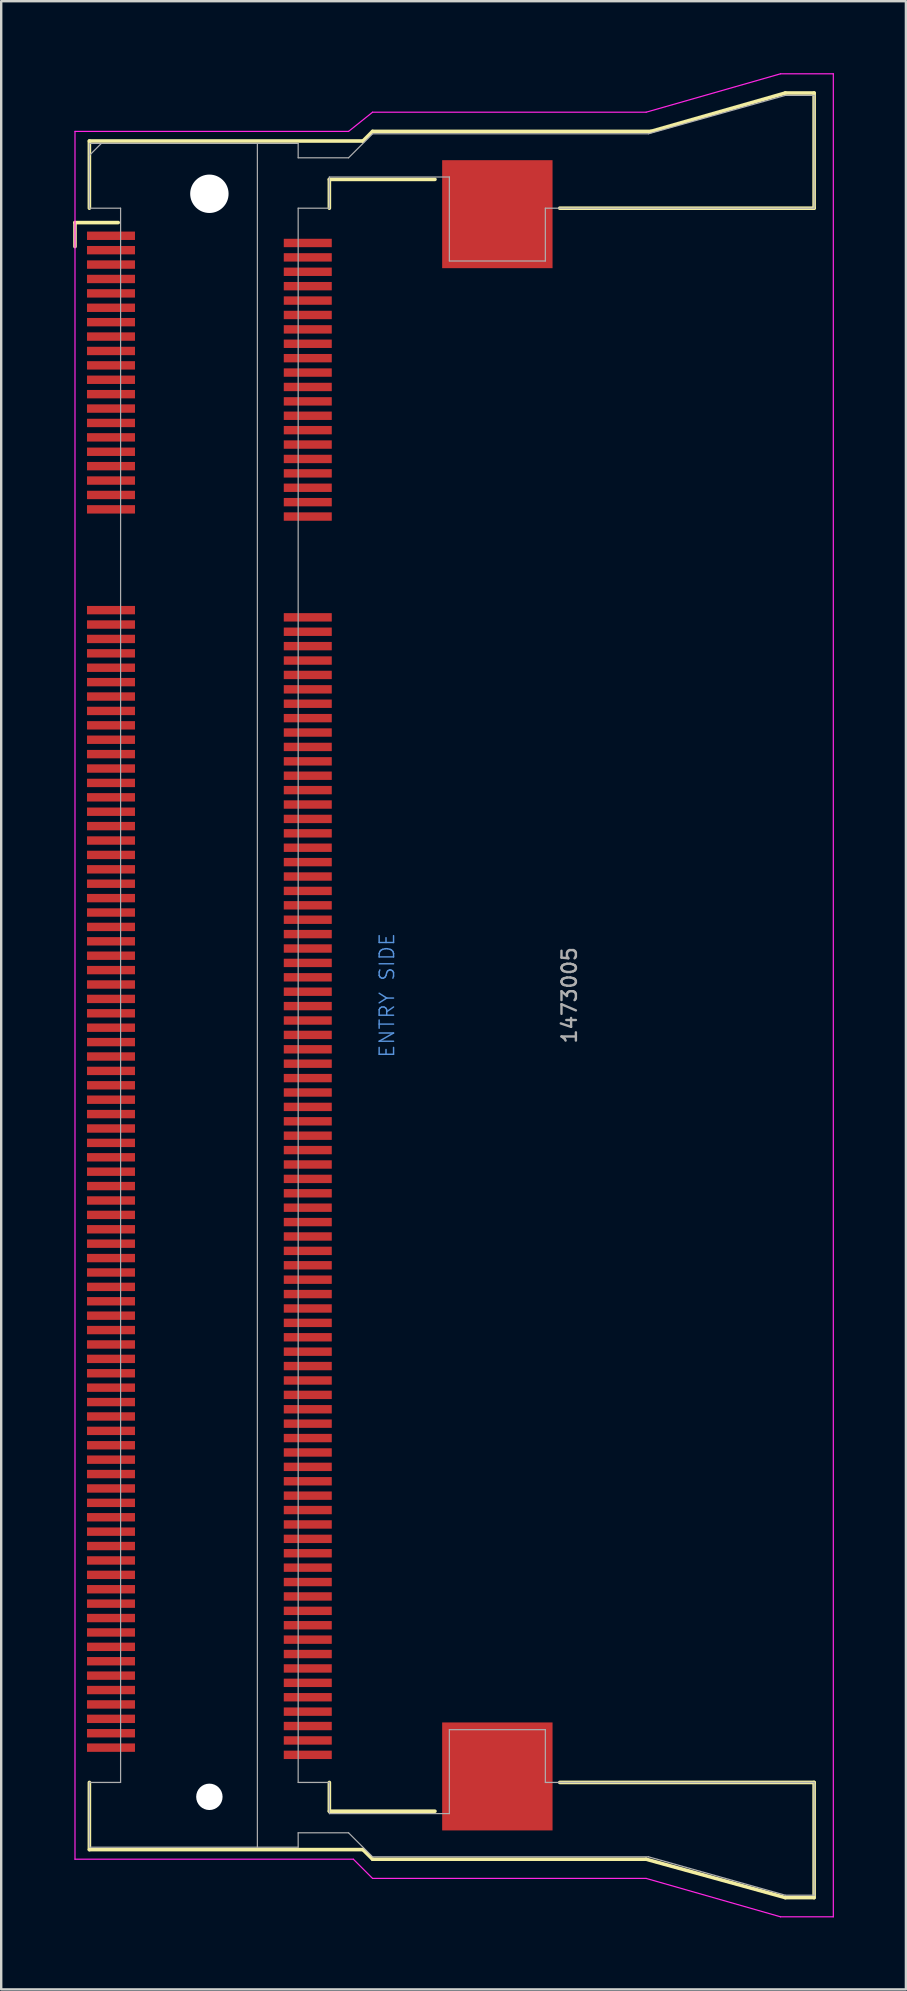
<source format=kicad_pcb>
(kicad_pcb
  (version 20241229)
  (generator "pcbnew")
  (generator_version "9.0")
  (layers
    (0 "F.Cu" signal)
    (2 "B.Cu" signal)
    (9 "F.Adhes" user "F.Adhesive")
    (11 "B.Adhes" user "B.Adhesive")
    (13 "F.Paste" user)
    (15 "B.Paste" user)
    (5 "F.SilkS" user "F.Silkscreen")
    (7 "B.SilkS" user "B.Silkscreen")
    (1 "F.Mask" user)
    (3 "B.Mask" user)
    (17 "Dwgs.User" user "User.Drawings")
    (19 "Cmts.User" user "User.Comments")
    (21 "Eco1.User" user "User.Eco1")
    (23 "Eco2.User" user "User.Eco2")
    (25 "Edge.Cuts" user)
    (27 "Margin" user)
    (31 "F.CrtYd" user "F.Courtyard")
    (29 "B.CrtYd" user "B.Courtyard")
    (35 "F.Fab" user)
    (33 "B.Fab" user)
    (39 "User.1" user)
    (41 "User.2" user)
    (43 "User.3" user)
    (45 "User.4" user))
  (footprint "1473005"
    (layer "F.Cu")
    (at 5.675 38.425)
    (property "Reference" "1473005" (at 15 0 90) (layer "F.Fab") (effects (font (size 0.6 0.6) (thickness 0.1))))
    (attr through_hole)
    (fp_line (start -5.6 -32.2) (end -3.8 -32.2) (stroke (width 0.15) (type solid)) (layer "F.SilkS"))
    (fp_line (start -5.6 -31.2) (end -5.6 -32.2) (stroke (width 0.15) (type solid)) (layer "F.SilkS"))
    (fp_line (start -5 -35.6) (end 6.4 -35.6) (stroke (width 0.15) (type solid)) (layer "F.SilkS"))
    (fp_line (start -5 -32.8) (end -5 -35.6) (stroke (width 0.15) (type solid)) (layer "F.SilkS"))
    (fp_line (start -5 32.8) (end -5 35.6) (stroke (width 0.15) (type solid)) (layer "F.SilkS"))
    (fp_line (start -5 35.6) (end 6.4 35.6) (stroke (width 0.15) (type solid)) (layer "F.SilkS"))
    (fp_line (start 5 -34) (end 9.4 -34) (stroke (width 0.15) (type solid)) (layer "F.SilkS"))
    (fp_line (start 5 -32.8) (end 5 -34) (stroke (width 0.15) (type solid)) (layer "F.SilkS"))
    (fp_line (start 5 34) (end 5 32.8) (stroke (width 0.15) (type solid)) (layer "F.SilkS"))
    (fp_line (start 6.4 -35.6) (end 6.8 -36) (stroke (width 0.15) (type solid)) (layer "F.SilkS"))
    (fp_line (start 6.4 35.6) (end 6.8 36) (stroke (width 0.15) (type solid)) (layer "F.SilkS"))
    (fp_line (start 6.8 -36) (end 18.4 -36) (stroke (width 0.15) (type solid)) (layer "F.SilkS"))
    (fp_line (start 6.8 36) (end 18.2 36) (stroke (width 0.15) (type solid)) (layer "F.SilkS"))
    (fp_line (start 9.4 34) (end 5 34) (stroke (width 0.15) (type solid)) (layer "F.SilkS"))
    (fp_line (start 14.6 -32.8) (end 25.2 -32.8) (stroke (width 0.15) (type solid)) (layer "F.SilkS"))
    (fp_line (start 14.6 32.8) (end 25.2 32.8) (stroke (width 0.15) (type solid)) (layer "F.SilkS"))
    (fp_line (start 18.2 36) (end 24 37.6) (stroke (width 0.15) (type solid)) (layer "F.SilkS"))
    (fp_line (start 18.4 -36) (end 24 -37.6) (stroke (width 0.15) (type solid)) (layer "F.SilkS"))
    (fp_line (start 24 -37.6) (end 25.2 -37.6) (stroke (width 0.15) (type solid)) (layer "F.SilkS"))
    (fp_line (start 24 37.6) (end 25.2 37.6) (stroke (width 0.15) (type solid)) (layer "F.SilkS"))
    (fp_line (start 25.2 -37.6) (end 25.2 -32.8) (stroke (width 0.15) (type solid)) (layer "F.SilkS"))
    (fp_line (start 25.2 37.6) (end 25.2 32.8) (stroke (width 0.15) (type solid)) (layer "F.SilkS"))
    (fp_line (start -5.6 -36) (end -5.6 36) (stroke (width 0.05) (type solid)) (layer "F.CrtYd"))
    (fp_line (start -5.6 -36) (end 5.8 -36) (stroke (width 0.05) (type solid)) (layer "F.CrtYd"))
    (fp_line (start -5.6 36) (end 6 36) (stroke (width 0.05) (type solid)) (layer "F.CrtYd"))
    (fp_line (start 6 36) (end 6.8 36.8) (stroke (width 0.05) (type solid)) (layer "F.CrtYd"))
    (fp_line (start 6.8 -36.8) (end 5.8 -36) (stroke (width 0.05) (type solid)) (layer "F.CrtYd"))
    (fp_line (start 6.8 36.8) (end 18.2 36.8) (stroke (width 0.05) (type solid)) (layer "F.CrtYd"))
    (fp_line (start 18.2 -36.8) (end 6.8 -36.8) (stroke (width 0.05) (type solid)) (layer "F.CrtYd"))
    (fp_line (start 18.2 36.8) (end 23.8 38.4) (stroke (width 0.05) (type solid)) (layer "F.CrtYd"))
    (fp_line (start 23.8 -38.4) (end 18.2 -36.8) (stroke (width 0.05) (type solid)) (layer "F.CrtYd"))
    (fp_line (start 23.8 38.4) (end 26 38.4) (stroke (width 0.05) (type solid)) (layer "F.CrtYd"))
    (fp_line (start 26 -38.4) (end 23.8 -38.4) (stroke (width 0.05) (type solid)) (layer "F.CrtYd"))
    (fp_line (start 26 38.4) (end 26 -38.4) (stroke (width 0.05) (type solid)) (layer "F.CrtYd"))
    (fp_line (start -5 -35.5) (end -5 -32.8) (stroke (width 0.05) (type solid)) (layer "F.Fab"))
    (fp_line (start -5 -35.5) (end 2 -35.5) (stroke (width 0.05) (type solid)) (layer "F.Fab"))
    (fp_line (start -5 -35) (end -4.5 -35.5) (stroke (width 0.05) (type solid)) (layer "F.Fab"))
    (fp_line (start -5 -32.8) (end -3.7 -32.8) (stroke (width 0.05) (type solid)) (layer "F.Fab"))
    (fp_line (start -5 32.8) (end -3.7 32.8) (stroke (width 0.05) (type solid)) (layer "F.Fab"))
    (fp_line (start -5 35.5) (end -5 32.8) (stroke (width 0.05) (type solid)) (layer "F.Fab"))
    (fp_line (start -3.7 32.8) (end -3.7 -32.8) (stroke (width 0.05) (type solid)) (layer "F.Fab"))
    (fp_line (start 2 -35.5) (end 2 35.5) (stroke (width 0.05) (type solid)) (layer "F.Fab"))
    (fp_line (start 2 35.5) (end -5 35.5) (stroke (width 0.05) (type solid)) (layer "F.Fab"))
    (fp_line (start 3.7 -35.5) (end 2 -35.5) (stroke (width 0.05) (type solid)) (layer "F.Fab"))
    (fp_line (start 3.7 -35.5) (end 3.7 -34.9) (stroke (width 0.05) (type solid)) (layer "F.Fab"))
    (fp_line (start 3.7 -32.8) (end 3.7 32.8) (stroke (width 0.05) (type solid)) (layer "F.Fab"))
    (fp_line (start 3.7 -32.8) (end 5 -32.8) (stroke (width 0.05) (type solid)) (layer "F.Fab"))
    (fp_line (start 3.7 34.9) (end 3.7 35.5) (stroke (width 0.05) (type solid)) (layer "F.Fab"))
    (fp_line (start 3.7 34.9) (end 5.8 34.9) (stroke (width 0.05) (type solid)) (layer "F.Fab"))
    (fp_line (start 3.7 35.5) (end 2 35.5) (stroke (width 0.05) (type solid)) (layer "F.Fab"))
    (fp_line (start 5 -34.1) (end 10 -34.1) (stroke (width 0.05) (type solid)) (layer "F.Fab"))
    (fp_line (start 5 -32.8) (end 5 -34.1) (stroke (width 0.05) (type solid)) (layer "F.Fab"))
    (fp_line (start 5 32.8) (end 3.7 32.8) (stroke (width 0.05) (type solid)) (layer "F.Fab"))
    (fp_line (start 5 34.1) (end 5 32.8) (stroke (width 0.05) (type solid)) (layer "F.Fab"))
    (fp_line (start 5 34.1) (end 10 34.1) (stroke (width 0.05) (type solid)) (layer "F.Fab"))
    (fp_line (start 5.8 -34.9) (end 3.7 -34.9) (stroke (width 0.05) (type solid)) (layer "F.Fab"))
    (fp_line (start 5.8 -34.9) (end 6.8 -35.9) (stroke (width 0.05) (type solid)) (layer "F.Fab"))
    (fp_line (start 5.8 34.9) (end 6.8 35.9) (stroke (width 0.05) (type solid)) (layer "F.Fab"))
    (fp_line (start 6.8 -35.9) (end 18.3 -35.9) (stroke (width 0.05) (type solid)) (layer "F.Fab"))
    (fp_line (start 10 -34.1) (end 10 -30.6) (stroke (width 0.05) (type solid)) (layer "F.Fab"))
    (fp_line (start 10 -30.6) (end 14 -30.6) (stroke (width 0.05) (type solid)) (layer "F.Fab"))
    (fp_line (start 10 30.6) (end 14 30.6) (stroke (width 0.05) (type solid)) (layer "F.Fab"))
    (fp_line (start 10 34.1) (end 10 30.6) (stroke (width 0.05) (type solid)) (layer "F.Fab"))
    (fp_line (start 14 -32.8) (end 25.2 -32.8) (stroke (width 0.05) (type solid)) (layer "F.Fab"))
    (fp_line (start 14 -30.6) (end 14 -32.8) (stroke (width 0.05) (type solid)) (layer "F.Fab"))
    (fp_line (start 14 30.6) (end 14 32.8) (stroke (width 0.05) (type solid)) (layer "F.Fab"))
    (fp_line (start 14 32.8) (end 25.2 32.8) (stroke (width 0.05) (type solid)) (layer "F.Fab"))
    (fp_line (start 18.3 35.9) (end 6.8 35.9) (stroke (width 0.05) (type solid)) (layer "F.Fab"))
    (fp_line (start 18.3 35.9) (end 24 37.5) (stroke (width 0.05) (type solid)) (layer "F.Fab"))
    (fp_line (start 24 -37.5) (end 18.3 -35.9) (stroke (width 0.05) (type solid)) (layer "F.Fab"))
    (fp_line (start 25.2 -37.5) (end 24 -37.5) (stroke (width 0.05) (type solid)) (layer "F.Fab"))
    (fp_line (start 25.2 -32.8) (end 25.2 -37.5) (stroke (width 0.05) (type solid)) (layer "F.Fab"))
    (fp_line (start 25.2 37.5) (end 24 37.5) (stroke (width 0.05) (type solid)) (layer "F.Fab"))
    (fp_line (start 25.2 37.5) (end 25.2 32.8) (stroke (width 0.05) (type solid)) (layer "F.Fab"))
    (fp_text user "ENTRY SIDE" (at 7.4 0 90) (layer "Cmts.User") (effects (font (size 0.6 0.6) (thickness 0.06))))
    (fp_text user "${REFERENCE}" (at -4 -35 0) (layer "Eco1.User") (effects (font (size 0.3 0.3) (thickness 0.03))))
    (pad "" np_thru_hole circle (at 0 -33.4) (size 1.6 1.6) (drill 1.6) (layers "*.Cu"))
    (pad "" np_thru_hole circle (at 0 33.4) (size 1.1 1.1) (drill 1.1) (layers "*.Cu"))
    (pad "" smd rect (at 12 -32.55) (size 4.6 4.5) (layers "F.Cu" "F.Mask" "F.Paste"))
    (pad "" smd rect (at 12 32.55) (size 4.6 4.5) (layers "F.Cu" "F.Mask" "F.Paste"))
    (pad "1" smd rect (at -4.1 -31.65) (size 2 0.35) (layers "F.Cu" "F.Paste"))
    (pad "2" smd rect (at 4.1 -31.35) (size 2 0.35) (layers "F.Cu" "F.Paste"))
    (pad "3" smd rect (at -4.1 -31.05) (size 2 0.35) (layers "F.Cu" "F.Paste"))
    (pad "4" smd rect (at 4.1 -30.75) (size 2 0.35) (layers "F.Cu" "F.Paste"))
    (pad "5" smd rect (at -4.1 -30.45) (size 2 0.35) (layers "F.Cu" "F.Paste"))
    (pad "6" smd rect (at 4.1 -30.15) (size 2 0.35) (layers "F.Cu" "F.Paste"))
    (pad "7" smd rect (at -4.1 -29.85) (size 2 0.35) (layers "F.Cu" "F.Paste"))
    (pad "8" smd rect (at 4.1 -29.55) (size 2 0.35) (layers "F.Cu" "F.Paste"))
    (pad "9" smd rect (at -4.1 -29.25) (size 2 0.35) (layers "F.Cu" "F.Paste"))
    (pad "10" smd rect (at 4.1 -28.95) (size 2 0.35) (layers "F.Cu" "F.Paste"))
    (pad "11" smd rect (at -4.1 -28.65) (size 2 0.35) (layers "F.Cu" "F.Paste"))
    (pad "12" smd rect (at 4.1 -28.35) (size 2 0.35) (layers "F.Cu" "F.Paste"))
    (pad "13" smd rect (at -4.1 -28.05) (size 2 0.35) (layers "F.Cu" "F.Paste"))
    (pad "14" smd rect (at 4.1 -27.75) (size 2 0.35) (layers "F.Cu" "F.Paste"))
    (pad "15" smd rect (at -4.1 -27.45) (size 2 0.35) (layers "F.Cu" "F.Paste"))
    (pad "16" smd rect (at 4.1 -27.15) (size 2 0.35) (layers "F.Cu" "F.Paste"))
    (pad "17" smd rect (at -4.1 -26.85) (size 2 0.35) (layers "F.Cu" "F.Paste"))
    (pad "18" smd rect (at 4.1 -26.55) (size 2 0.35) (layers "F.Cu" "F.Paste"))
    (pad "19" smd rect (at -4.1 -26.25) (size 2 0.35) (layers "F.Cu" "F.Paste"))
    (pad "20" smd rect (at 4.1 -25.95) (size 2 0.35) (layers "F.Cu" "F.Paste"))
    (pad "21" smd rect (at -4.1 -25.65) (size 2 0.35) (layers "F.Cu" "F.Paste"))
    (pad "22" smd rect (at 4.1 -25.35) (size 2 0.35) (layers "F.Cu" "F.Paste"))
    (pad "23" smd rect (at -4.1 -25.05) (size 2 0.35) (layers "F.Cu" "F.Paste"))
    (pad "24" smd rect (at 4.1 -24.75) (size 2 0.35) (layers "F.Cu" "F.Paste"))
    (pad "25" smd rect (at -4.1 -24.45) (size 2 0.35) (layers "F.Cu" "F.Paste"))
    (pad "26" smd rect (at 4.1 -24.15) (size 2 0.35) (layers "F.Cu" "F.Paste"))
    (pad "27" smd rect (at -4.1 -23.85) (size 2 0.35) (layers "F.Cu" "F.Paste"))
    (pad "28" smd rect (at 4.1 -23.55) (size 2 0.35) (layers "F.Cu" "F.Paste"))
    (pad "29" smd rect (at -4.1 -23.25) (size 2 0.35) (layers "F.Cu" "F.Paste"))
    (pad "30" smd rect (at 4.1 -22.95) (size 2 0.35) (layers "F.Cu" "F.Paste"))
    (pad "31" smd rect (at -4.1 -22.65) (size 2 0.35) (layers "F.Cu" "F.Paste"))
    (pad "32" smd rect (at 4.1 -22.35) (size 2 0.35) (layers "F.Cu" "F.Paste"))
    (pad "33" smd rect (at -4.1 -22.05) (size 2 0.35) (layers "F.Cu" "F.Paste"))
    (pad "34" smd rect (at 4.1 -21.75) (size 2 0.35) (layers "F.Cu" "F.Paste"))
    (pad "35" smd rect (at -4.1 -21.45) (size 2 0.35) (layers "F.Cu" "F.Paste"))
    (pad "36" smd rect (at 4.1 -21.15) (size 2 0.35) (layers "F.Cu" "F.Paste"))
    (pad "37" smd rect (at -4.1 -20.85) (size 2 0.35) (layers "F.Cu" "F.Paste"))
    (pad "38" smd rect (at 4.1 -20.55) (size 2 0.35) (layers "F.Cu" "F.Paste"))
    (pad "39" smd rect (at -4.1 -20.25) (size 2 0.35) (layers "F.Cu" "F.Paste"))
    (pad "40" smd rect (at 4.1 -19.95) (size 2 0.35) (layers "F.Cu" "F.Paste"))
    (pad "41" smd rect (at -4.1 -16.05) (size 2 0.35) (layers "F.Cu" "F.Paste"))
    (pad "42" smd rect (at 4.1 -15.75) (size 2 0.35) (layers "F.Cu" "F.Paste"))
    (pad "43" smd rect (at -4.1 -15.45) (size 2 0.35) (layers "F.Cu" "F.Paste"))
    (pad "44" smd rect (at 4.1 -15.15) (size 2 0.35) (layers "F.Cu" "F.Paste"))
    (pad "45" smd rect (at -4.1 -14.85) (size 2 0.35) (layers "F.Cu" "F.Paste"))
    (pad "46" smd rect (at 4.1 -14.55) (size 2 0.35) (layers "F.Cu" "F.Paste"))
    (pad "47" smd rect (at -4.1 -14.25) (size 2 0.35) (layers "F.Cu" "F.Paste"))
    (pad "48" smd rect (at 4.1 -13.95) (size 2 0.35) (layers "F.Cu" "F.Paste"))
    (pad "49" smd rect (at -4.1 -13.65) (size 2 0.35) (layers "F.Cu" "F.Paste"))
    (pad "50" smd rect (at 4.1 -13.35) (size 2 0.35) (layers "F.Cu" "F.Paste"))
    (pad "51" smd rect (at -4.1 -13.05) (size 2 0.35) (layers "F.Cu" "F.Paste"))
    (pad "52" smd rect (at 4.1 -12.75) (size 2 0.35) (layers "F.Cu" "F.Paste"))
    (pad "53" smd rect (at -4.1 -12.45) (size 2 0.35) (layers "F.Cu" "F.Paste"))
    (pad "54" smd rect (at 4.1 -12.15) (size 2 0.35) (layers "F.Cu" "F.Paste"))
    (pad "55" smd rect (at -4.1 -11.85) (size 2 0.35) (layers "F.Cu" "F.Paste"))
    (pad "56" smd rect (at 4.1 -11.55) (size 2 0.35) (layers "F.Cu" "F.Paste"))
    (pad "57" smd rect (at -4.1 -11.25) (size 2 0.35) (layers "F.Cu" "F.Paste"))
    (pad "58" smd rect (at 4.1 -10.95) (size 2 0.35) (layers "F.Cu" "F.Paste"))
    (pad "59" smd rect (at -4.1 -10.65) (size 2 0.35) (layers "F.Cu" "F.Paste"))
    (pad "60" smd rect (at 4.1 -10.35) (size 2 0.35) (layers "F.Cu" "F.Paste"))
    (pad "61" smd rect (at -4.1 -10.05) (size 2 0.35) (layers "F.Cu" "F.Paste"))
    (pad "62" smd rect (at 4.1 -9.75) (size 2 0.35) (layers "F.Cu" "F.Paste"))
    (pad "63" smd rect (at -4.1 -9.45) (size 2 0.35) (layers "F.Cu" "F.Paste"))
    (pad "64" smd rect (at 4.1 -9.15) (size 2 0.35) (layers "F.Cu" "F.Paste"))
    (pad "65" smd rect (at -4.1 -8.85) (size 2 0.35) (layers "F.Cu" "F.Paste"))
    (pad "66" smd rect (at 4.1 -8.55) (size 2 0.35) (layers "F.Cu" "F.Paste"))
    (pad "67" smd rect (at -4.1 -8.25) (size 2 0.35) (layers "F.Cu" "F.Paste"))
    (pad "68" smd rect (at 4.1 -7.95) (size 2 0.35) (layers "F.Cu" "F.Paste"))
    (pad "69" smd rect (at -4.1 -7.65) (size 2 0.35) (layers "F.Cu" "F.Paste"))
    (pad "70" smd rect (at 4.1 -7.35) (size 2 0.35) (layers "F.Cu" "F.Paste"))
    (pad "71" smd rect (at -4.1 -7.05) (size 2 0.35) (layers "F.Cu" "F.Paste"))
    (pad "72" smd rect (at 4.1 -6.75) (size 2 0.35) (layers "F.Cu" "F.Paste"))
    (pad "73" smd rect (at -4.1 -6.45) (size 2 0.35) (layers "F.Cu" "F.Paste"))
    (pad "74" smd rect (at 4.1 -6.15) (size 2 0.35) (layers "F.Cu" "F.Paste"))
    (pad "75" smd rect (at -4.1 -5.85) (size 2 0.35) (layers "F.Cu" "F.Paste"))
    (pad "76" smd rect (at 4.1 -5.55) (size 2 0.35) (layers "F.Cu" "F.Paste"))
    (pad "77" smd rect (at -4.1 -5.25) (size 2 0.35) (layers "F.Cu" "F.Paste"))
    (pad "78" smd rect (at 4.1 -4.95) (size 2 0.35) (layers "F.Cu" "F.Paste"))
    (pad "79" smd rect (at -4.1 -4.65) (size 2 0.35) (layers "F.Cu" "F.Paste"))
    (pad "80" smd rect (at 4.1 -4.35) (size 2 0.35) (layers "F.Cu" "F.Paste"))
    (pad "81" smd rect (at -4.1 -4.05) (size 2 0.35) (layers "F.Cu" "F.Paste"))
    (pad "82" smd rect (at 4.1 -3.75) (size 2 0.35) (layers "F.Cu" "F.Paste"))
    (pad "83" smd rect (at -4.1 -3.45) (size 2 0.35) (layers "F.Cu" "F.Paste"))
    (pad "84" smd rect (at 4.1 -3.15) (size 2 0.35) (layers "F.Cu" "F.Paste"))
    (pad "85" smd rect (at -4.1 -2.85) (size 2 0.35) (layers "F.Cu" "F.Paste"))
    (pad "86" smd rect (at 4.1 -2.55) (size 2 0.35) (layers "F.Cu" "F.Paste"))
    (pad "87" smd rect (at -4.1 -2.25) (size 2 0.35) (layers "F.Cu" "F.Paste"))
    (pad "88" smd rect (at 4.1 -1.95) (size 2 0.35) (layers "F.Cu" "F.Paste"))
    (pad "89" smd rect (at -4.1 -1.65) (size 2 0.35) (layers "F.Cu" "F.Paste"))
    (pad "90" smd rect (at 4.1 -1.35) (size 2 0.35) (layers "F.Cu" "F.Paste"))
    (pad "91" smd rect (at -4.1 -1.05) (size 2 0.35) (layers "F.Cu" "F.Paste"))
    (pad "92" smd rect (at 4.1 -0.75) (size 2 0.35) (layers "F.Cu" "F.Paste"))
    (pad "93" smd rect (at -4.1 -0.45) (size 2 0.35) (layers "F.Cu" "F.Paste"))
    (pad "94" smd rect (at 4.1 -0.15) (size 2 0.35) (layers "F.Cu" "F.Paste"))
    (pad "95" smd rect (at -4.1 0.15) (size 2 0.35) (layers "F.Cu" "F.Paste"))
    (pad "96" smd rect (at 4.1 0.45) (size 2 0.35) (layers "F.Cu" "F.Paste"))
    (pad "97" smd rect (at -4.1 0.75) (size 2 0.35) (layers "F.Cu" "F.Paste"))
    (pad "98" smd rect (at 4.1 1.05) (size 2 0.35) (layers "F.Cu" "F.Paste"))
    (pad "99" smd rect (at -4.1 1.35) (size 2 0.35) (layers "F.Cu" "F.Paste"))
    (pad "100" smd rect (at 4.1 1.65) (size 2 0.35) (layers "F.Cu" "F.Paste"))
    (pad "101" smd rect (at -4.1 1.95) (size 2 0.35) (layers "F.Cu" "F.Paste"))
    (pad "102" smd rect (at 4.1 2.25) (size 2 0.35) (layers "F.Cu" "F.Paste"))
    (pad "103" smd rect (at -4.1 2.55) (size 2 0.35) (layers "F.Cu" "F.Paste"))
    (pad "104" smd rect (at 4.1 2.85) (size 2 0.35) (layers "F.Cu" "F.Paste"))
    (pad "105" smd rect (at -4.1 3.15) (size 2 0.35) (layers "F.Cu" "F.Paste"))
    (pad "106" smd rect (at 4.1 3.45) (size 2 0.35) (layers "F.Cu" "F.Paste"))
    (pad "107" smd rect (at -4.1 3.75) (size 2 0.35) (layers "F.Cu" "F.Paste"))
    (pad "108" smd rect (at 4.1 4.05) (size 2 0.35) (layers "F.Cu" "F.Paste"))
    (pad "109" smd rect (at -4.1 4.35) (size 2 0.35) (layers "F.Cu" "F.Paste"))
    (pad "110" smd rect (at 4.1 4.65) (size 2 0.35) (layers "F.Cu" "F.Paste"))
    (pad "111" smd rect (at -4.1 4.95) (size 2 0.35) (layers "F.Cu" "F.Paste"))
    (pad "112" smd rect (at 4.1 5.25) (size 2 0.35) (layers "F.Cu" "F.Paste"))
    (pad "113" smd rect (at -4.1 5.55) (size 2 0.35) (layers "F.Cu" "F.Paste"))
    (pad "114" smd rect (at 4.1 5.85) (size 2 0.35) (layers "F.Cu" "F.Paste"))
    (pad "115" smd rect (at -4.1 6.15) (size 2 0.35) (layers "F.Cu" "F.Paste"))
    (pad "116" smd rect (at 4.1 6.45) (size 2 0.35) (layers "F.Cu" "F.Paste"))
    (pad "117" smd rect (at -4.1 6.75) (size 2 0.35) (layers "F.Cu" "F.Paste"))
    (pad "118" smd rect (at 4.1 7.05) (size 2 0.35) (layers "F.Cu" "F.Paste"))
    (pad "119" smd rect (at -4.1 7.35) (size 2 0.35) (layers "F.Cu" "F.Paste"))
    (pad "120" smd rect (at 4.1 7.65) (size 2 0.35) (layers "F.Cu" "F.Paste"))
    (pad "121" smd rect (at -4.1 7.95) (size 2 0.35) (layers "F.Cu" "F.Paste"))
    (pad "122" smd rect (at 4.1 8.25) (size 2 0.35) (layers "F.Cu" "F.Paste"))
    (pad "123" smd rect (at -4.1 8.55) (size 2 0.35) (layers "F.Cu" "F.Paste"))
    (pad "124" smd rect (at 4.1 8.85) (size 2 0.35) (layers "F.Cu" "F.Paste"))
    (pad "125" smd rect (at -4.1 9.15) (size 2 0.35) (layers "F.Cu" "F.Paste"))
    (pad "126" smd rect (at 4.1 9.45) (size 2 0.35) (layers "F.Cu" "F.Paste"))
    (pad "127" smd rect (at -4.1 9.75) (size 2 0.35) (layers "F.Cu" "F.Paste"))
    (pad "128" smd rect (at 4.1 10.05) (size 2 0.35) (layers "F.Cu" "F.Paste"))
    (pad "129" smd rect (at -4.1 10.35) (size 2 0.35) (layers "F.Cu" "F.Paste"))
    (pad "130" smd rect (at 4.1 10.65) (size 2 0.35) (layers "F.Cu" "F.Paste"))
    (pad "131" smd rect (at -4.1 10.95) (size 2 0.35) (layers "F.Cu" "F.Paste"))
    (pad "132" smd rect (at 4.1 11.25) (size 2 0.35) (layers "F.Cu" "F.Paste"))
    (pad "133" smd rect (at -4.1 11.55) (size 2 0.35) (layers "F.Cu" "F.Paste"))
    (pad "134" smd rect (at 4.1 11.85) (size 2 0.35) (layers "F.Cu" "F.Paste"))
    (pad "135" smd rect (at -4.1 12.15) (size 2 0.35) (layers "F.Cu" "F.Paste"))
    (pad "136" smd rect (at 4.1 12.45) (size 2 0.35) (layers "F.Cu" "F.Paste"))
    (pad "137" smd rect (at -4.1 12.75) (size 2 0.35) (layers "F.Cu" "F.Paste"))
    (pad "138" smd rect (at 4.1 13.05) (size 2 0.35) (layers "F.Cu" "F.Paste"))
    (pad "139" smd rect (at -4.1 13.35) (size 2 0.35) (layers "F.Cu" "F.Paste"))
    (pad "140" smd rect (at 4.1 13.65) (size 2 0.35) (layers "F.Cu" "F.Paste"))
    (pad "141" smd rect (at -4.1 13.95) (size 2 0.35) (layers "F.Cu" "F.Paste"))
    (pad "142" smd rect (at 4.1 14.25) (size 2 0.35) (layers "F.Cu" "F.Paste"))
    (pad "143" smd rect (at -4.1 14.55) (size 2 0.35) (layers "F.Cu" "F.Paste"))
    (pad "144" smd rect (at 4.1 14.85) (size 2 0.35) (layers "F.Cu" "F.Paste"))
    (pad "145" smd rect (at -4.1 15.15) (size 2 0.35) (layers "F.Cu" "F.Paste"))
    (pad "146" smd rect (at 4.1 15.45) (size 2 0.35) (layers "F.Cu" "F.Paste"))
    (pad "147" smd rect (at -4.1 15.75) (size 2 0.35) (layers "F.Cu" "F.Paste"))
    (pad "148" smd rect (at 4.1 16.05) (size 2 0.35) (layers "F.Cu" "F.Paste"))
    (pad "149" smd rect (at -4.1 16.35) (size 2 0.35) (layers "F.Cu" "F.Paste"))
    (pad "150" smd rect (at 4.1 16.65) (size 2 0.35) (layers "F.Cu" "F.Paste"))
    (pad "151" smd rect (at -4.1 16.95) (size 2 0.35) (layers "F.Cu" "F.Paste"))
    (pad "152" smd rect (at 4.1 17.25) (size 2 0.35) (layers "F.Cu" "F.Paste"))
    (pad "153" smd rect (at -4.1 17.55) (size 2 0.35) (layers "F.Cu" "F.Paste"))
    (pad "154" smd rect (at 4.1 17.85) (size 2 0.35) (layers "F.Cu" "F.Paste"))
    (pad "155" smd rect (at -4.1 18.15) (size 2 0.35) (layers "F.Cu" "F.Paste"))
    (pad "156" smd rect (at 4.1 18.45) (size 2 0.35) (layers "F.Cu" "F.Paste"))
    (pad "157" smd rect (at -4.1 18.75) (size 2 0.35) (layers "F.Cu" "F.Paste"))
    (pad "158" smd rect (at 4.1 19.05) (size 2 0.35) (layers "F.Cu" "F.Paste"))
    (pad "159" smd rect (at -4.1 19.35) (size 2 0.35) (layers "F.Cu" "F.Paste"))
    (pad "160" smd rect (at 4.1 19.65) (size 2 0.35) (layers "F.Cu" "F.Paste"))
    (pad "161" smd rect (at -4.1 19.95) (size 2 0.35) (layers "F.Cu" "F.Paste"))
    (pad "162" smd rect (at 4.1 20.25) (size 2 0.35) (layers "F.Cu" "F.Paste"))
    (pad "163" smd rect (at -4.1 20.55) (size 2 0.35) (layers "F.Cu" "F.Paste"))
    (pad "164" smd rect (at 4.1 20.85) (size 2 0.35) (layers "F.Cu" "F.Paste"))
    (pad "165" smd rect (at -4.1 21.15) (size 2 0.35) (layers "F.Cu" "F.Paste"))
    (pad "166" smd rect (at 4.1 21.45) (size 2 0.35) (layers "F.Cu" "F.Paste"))
    (pad "167" smd rect (at -4.1 21.75) (size 2 0.35) (layers "F.Cu" "F.Paste"))
    (pad "168" smd rect (at 4.1 22.05) (size 2 0.35) (layers "F.Cu" "F.Paste"))
    (pad "169" smd rect (at -4.1 22.35) (size 2 0.35) (layers "F.Cu" "F.Paste"))
    (pad "170" smd rect (at 4.1 22.65) (size 2 0.35) (layers "F.Cu" "F.Paste"))
    (pad "171" smd rect (at -4.1 22.95) (size 2 0.35) (layers "F.Cu" "F.Paste"))
    (pad "172" smd rect (at 4.1 23.25) (size 2 0.35) (layers "F.Cu" "F.Paste"))
    (pad "173" smd rect (at -4.1 23.55) (size 2 0.35) (layers "F.Cu" "F.Paste"))
    (pad "174" smd rect (at 4.1 23.85) (size 2 0.35) (layers "F.Cu" "F.Paste"))
    (pad "175" smd rect (at -4.1 24.15) (size 2 0.35) (layers "F.Cu" "F.Paste"))
    (pad "176" smd rect (at 4.1 24.45) (size 2 0.35) (layers "F.Cu" "F.Paste"))
    (pad "177" smd rect (at -4.1 24.75) (size 2 0.35) (layers "F.Cu" "F.Paste"))
    (pad "178" smd rect (at 4.1 25.05) (size 2 0.35) (layers "F.Cu" "F.Paste"))
    (pad "179" smd rect (at -4.1 25.35) (size 2 0.35) (layers "F.Cu" "F.Paste"))
    (pad "180" smd rect (at 4.1 25.65) (size 2 0.35) (layers "F.Cu" "F.Paste"))
    (pad "181" smd rect (at -4.1 25.95) (size 2 0.35) (layers "F.Cu" "F.Paste"))
    (pad "182" smd rect (at 4.1 26.25) (size 2 0.35) (layers "F.Cu" "F.Paste"))
    (pad "183" smd rect (at -4.1 26.55) (size 2 0.35) (layers "F.Cu" "F.Paste"))
    (pad "184" smd rect (at 4.1 26.85) (size 2 0.35) (layers "F.Cu" "F.Paste"))
    (pad "185" smd rect (at -4.1 27.15) (size 2 0.35) (layers "F.Cu" "F.Paste"))
    (pad "186" smd rect (at 4.1 27.45) (size 2 0.35) (layers "F.Cu" "F.Paste"))
    (pad "187" smd rect (at -4.1 27.75) (size 2 0.35) (layers "F.Cu" "F.Paste"))
    (pad "188" smd rect (at 4.1 28.05) (size 2 0.35) (layers "F.Cu" "F.Paste"))
    (pad "189" smd rect (at -4.1 28.35) (size 2 0.35) (layers "F.Cu" "F.Paste"))
    (pad "190" smd rect (at 4.1 28.65) (size 2 0.35) (layers "F.Cu" "F.Paste"))
    (pad "191" smd rect (at -4.1 28.95) (size 2 0.35) (layers "F.Cu" "F.Paste"))
    (pad "192" smd rect (at 4.1 29.25) (size 2 0.35) (layers "F.Cu" "F.Paste"))
    (pad "193" smd rect (at -4.1 29.55) (size 2 0.35) (layers "F.Cu" "F.Paste"))
    (pad "194" smd rect (at 4.1 29.85) (size 2 0.35) (layers "F.Cu" "F.Paste"))
    (pad "195" smd rect (at -4.1 30.15) (size 2 0.35) (layers "F.Cu" "F.Paste"))
    (pad "196" smd rect (at 4.1 30.45) (size 2 0.35) (layers "F.Cu" "F.Paste"))
    (pad "197" smd rect (at -4.1 30.75) (size 2 0.35) (layers "F.Cu" "F.Paste"))
    (pad "198" smd rect (at 4.1 31.05) (size 2 0.35) (layers "F.Cu" "F.Paste"))
    (pad "199" smd rect (at -4.1 31.35) (size 2 0.35) (layers "F.Cu" "F.Paste"))
    (pad "200" smd rect (at 4.1 31.65) (size 2 0.35) (layers "F.Cu" "F.Paste")))
  (gr_rect
    (start -3 -3)
    (end 34.7 79.85)
    (stroke (width 0.1) (type default))
    (fill no)
    (layer "Edge.Cuts")))
</source>
